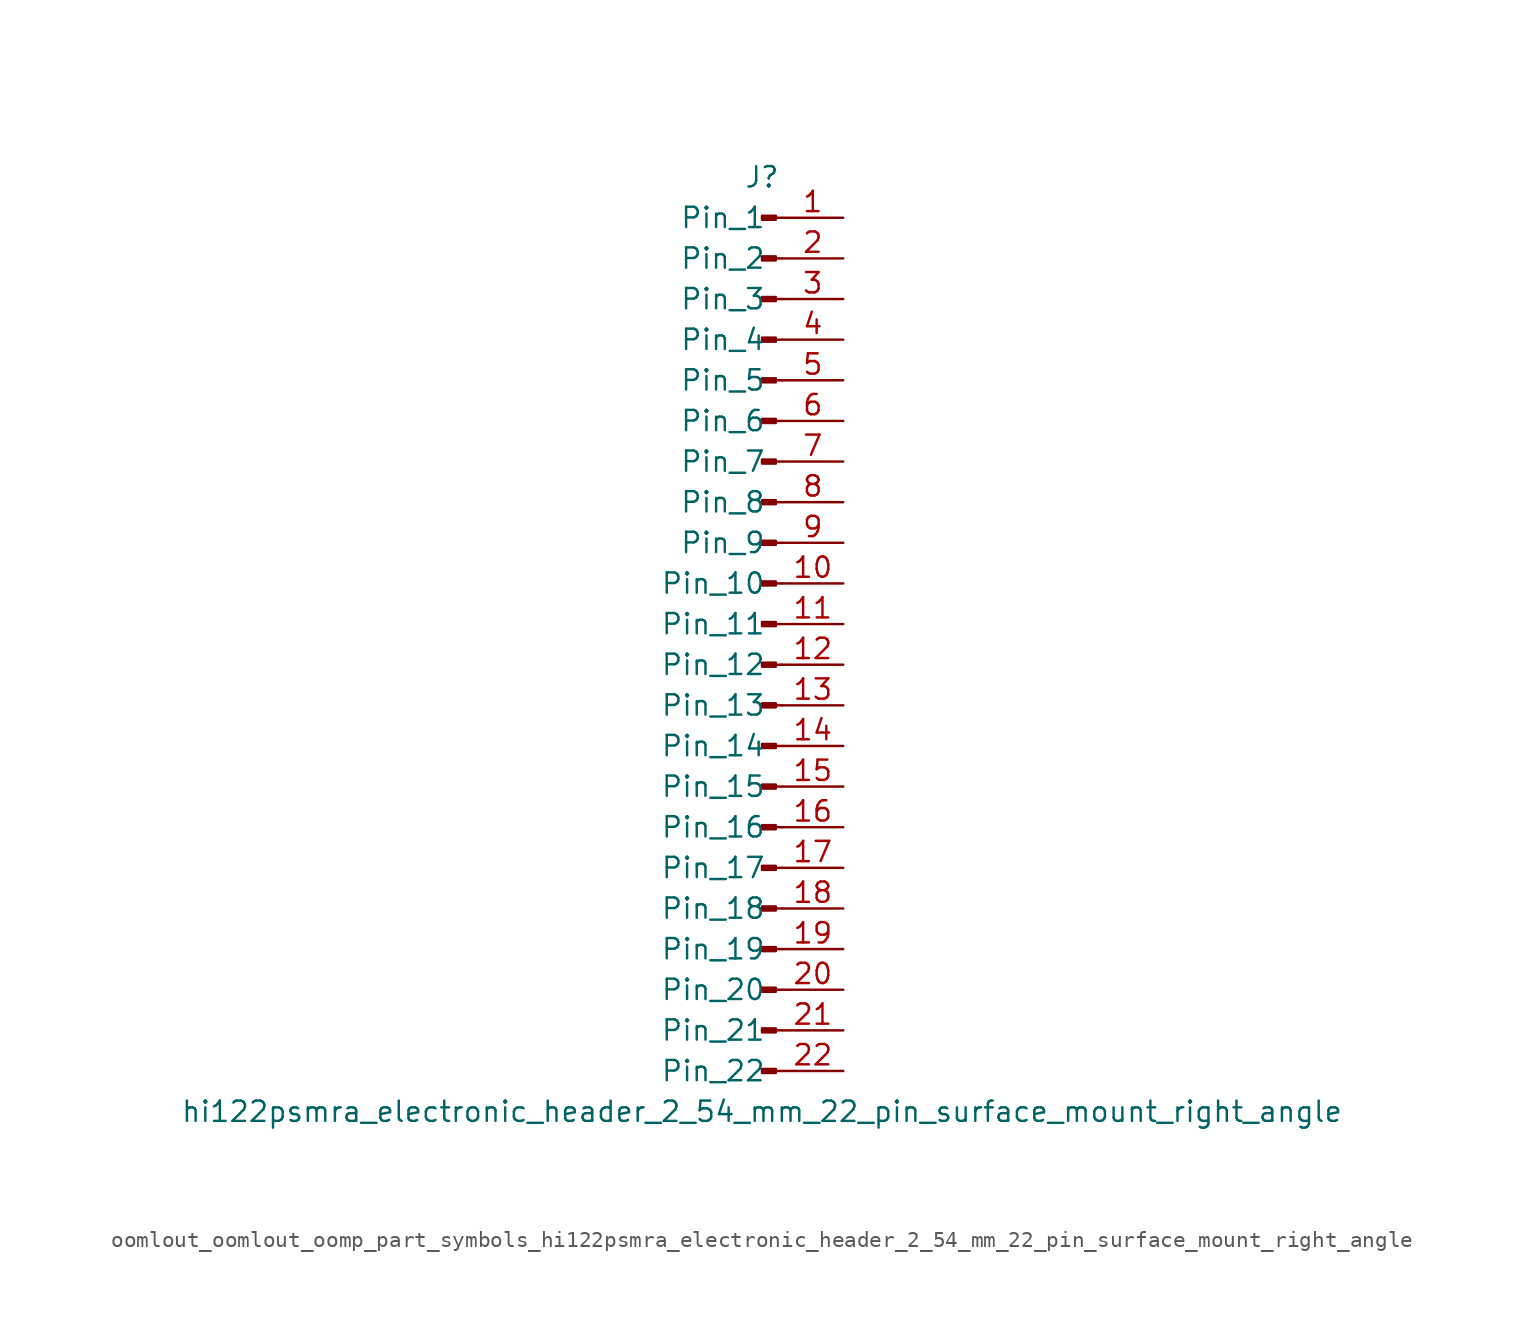
<source format=kicad_sym>
(kicad_symbol_lib
  (version 20220914)
  (generator kicad_symbol_editor)
  (symbol "oomlout_oomlout_oomp_part_symbols_hi122psmra_electronic_header_2_54_mm_22_pin_surface_mount_right_angle"
    (pin_names
      (offset 1.016))
    (property "Reference" "J"
      (at 0 27.94 0)
      (effects (font (size 1.27 1.27))))
    (property "Value" "hi122psmra_electronic_header_2_54_mm_22_pin_surface_mount_right_angle"
      (at 0 -30.48 0)
      (effects (font (size 1.27 1.27))))
    (property "ki_locked" ""
      (at 0 0 0)
      (effects (font (size 1.27 1.27))))
    (symbol "oomlout_oomlout_oomp_part_symbols_hi122psmra_electronic_header_2_54_mm_22_pin_surface_mount_right_angle_1_1"
      (polyline (pts (xy 1.27 -27.94) (xy 0.864 -27.94)) (stroke (width 0.152) (type default)) (fill (type none)))
      (polyline (pts (xy 1.27 -25.4) (xy 0.864 -25.4)) (stroke (width 0.152) (type default)) (fill (type none)))
      (polyline (pts (xy 1.27 -22.86) (xy 0.864 -22.86)) (stroke (width 0.152) (type default)) (fill (type none)))
      (polyline (pts (xy 1.27 -20.32) (xy 0.864 -20.32)) (stroke (width 0.152) (type default)) (fill (type none)))
      (polyline (pts (xy 1.27 -17.78) (xy 0.864 -17.78)) (stroke (width 0.152) (type default)) (fill (type none)))
      (polyline (pts (xy 1.27 -15.24) (xy 0.864 -15.24)) (stroke (width 0.152) (type default)) (fill (type none)))
      (polyline (pts (xy 1.27 -12.7) (xy 0.864 -12.7)) (stroke (width 0.152) (type default)) (fill (type none)))
      (polyline (pts (xy 1.27 -10.16) (xy 0.864 -10.16)) (stroke (width 0.152) (type default)) (fill (type none)))
      (polyline (pts (xy 1.27 -7.62) (xy 0.864 -7.62)) (stroke (width 0.152) (type default)) (fill (type none)))
      (polyline (pts (xy 1.27 -5.08) (xy 0.864 -5.08)) (stroke (width 0.152) (type default)) (fill (type none)))
      (polyline (pts (xy 1.27 -2.54) (xy 0.864 -2.54)) (stroke (width 0.152) (type default)) (fill (type none)))
      (polyline (pts (xy 1.27 0) (xy 0.864 0)) (stroke (width 0.152) (type default)) (fill (type none)))
      (polyline (pts (xy 1.27 2.54) (xy 0.864 2.54)) (stroke (width 0.152) (type default)) (fill (type none)))
      (polyline (pts (xy 1.27 5.08) (xy 0.864 5.08)) (stroke (width 0.152) (type default)) (fill (type none)))
      (polyline (pts (xy 1.27 7.62) (xy 0.864 7.62)) (stroke (width 0.152) (type default)) (fill (type none)))
      (polyline (pts (xy 1.27 10.16) (xy 0.864 10.16)) (stroke (width 0.152) (type default)) (fill (type none)))
      (polyline (pts (xy 1.27 12.7) (xy 0.864 12.7)) (stroke (width 0.152) (type default)) (fill (type none)))
      (polyline (pts (xy 1.27 15.24) (xy 0.864 15.24)) (stroke (width 0.152) (type default)) (fill (type none)))
      (polyline (pts (xy 1.27 17.78) (xy 0.864 17.78)) (stroke (width 0.152) (type default)) (fill (type none)))
      (polyline (pts (xy 1.27 20.32) (xy 0.864 20.32)) (stroke (width 0.152) (type default)) (fill (type none)))
      (polyline (pts (xy 1.27 22.86) (xy 0.864 22.86)) (stroke (width 0.152) (type default)) (fill (type none)))
      (polyline (pts (xy 1.27 25.4) (xy 0.864 25.4)) (stroke (width 0.152) (type default)) (fill (type none)))
      (rectangle (start 0.864 -27.813) (end 0 -28.067) (stroke (width 0.152) (type default)) (fill (type outline)))
      (rectangle (start 0.864 -25.273) (end 0 -25.527) (stroke (width 0.152) (type default)) (fill (type outline)))
      (rectangle (start 0.864 -22.733) (end 0 -22.987) (stroke (width 0.152) (type default)) (fill (type outline)))
      (rectangle (start 0.864 -20.193) (end 0 -20.447) (stroke (width 0.152) (type default)) (fill (type outline)))
      (rectangle (start 0.864 -17.653) (end 0 -17.907) (stroke (width 0.152) (type default)) (fill (type outline)))
      (rectangle (start 0.864 -15.113) (end 0 -15.367) (stroke (width 0.152) (type default)) (fill (type outline)))
      (rectangle (start 0.864 -12.573) (end 0 -12.827) (stroke (width 0.152) (type default)) (fill (type outline)))
      (rectangle (start 0.864 -10.033) (end 0 -10.287) (stroke (width 0.152) (type default)) (fill (type outline)))
      (rectangle (start 0.864 -7.493) (end 0 -7.747) (stroke (width 0.152) (type default)) (fill (type outline)))
      (rectangle (start 0.864 -4.953) (end 0 -5.207) (stroke (width 0.152) (type default)) (fill (type outline)))
      (rectangle (start 0.864 -2.413) (end 0 -2.667) (stroke (width 0.152) (type default)) (fill (type outline)))
      (rectangle (start 0.864 0.127) (end 0 -0.127) (stroke (width 0.152) (type default)) (fill (type outline)))
      (rectangle (start 0.864 2.667) (end 0 2.413) (stroke (width 0.152) (type default)) (fill (type outline)))
      (rectangle (start 0.864 5.207) (end 0 4.953) (stroke (width 0.152) (type default)) (fill (type outline)))
      (rectangle (start 0.864 7.747) (end 0 7.493) (stroke (width 0.152) (type default)) (fill (type outline)))
      (rectangle (start 0.864 10.287) (end 0 10.033) (stroke (width 0.152) (type default)) (fill (type outline)))
      (rectangle (start 0.864 12.827) (end 0 12.573) (stroke (width 0.152) (type default)) (fill (type outline)))
      (rectangle (start 0.864 15.367) (end 0 15.113) (stroke (width 0.152) (type default)) (fill (type outline)))
      (rectangle (start 0.864 17.907) (end 0 17.653) (stroke (width 0.152) (type default)) (fill (type outline)))
      (rectangle (start 0.864 20.447) (end 0 20.193) (stroke (width 0.152) (type default)) (fill (type outline)))
      (rectangle (start 0.864 22.987) (end 0 22.733) (stroke (width 0.152) (type default)) (fill (type outline)))
      (rectangle (start 0.864 25.527) (end 0 25.273) (stroke (width 0.152) (type default)) (fill (type outline)))
      (pin passive line (at 5.08 25.4 180) (length 3.81) (name "Pin_1" (effects (font (size 1.27 1.27)))) (number "1" (effects (font (size 1.27 1.27)))))
      (pin passive line (at 5.08 2.54 180) (length 3.81) (name "Pin_10" (effects (font (size 1.27 1.27)))) (number "10" (effects (font (size 1.27 1.27)))))
      (pin passive line (at 5.08 0 180) (length 3.81) (name "Pin_11" (effects (font (size 1.27 1.27)))) (number "11" (effects (font (size 1.27 1.27)))))
      (pin passive line (at 5.08 -2.54 180) (length 3.81) (name "Pin_12" (effects (font (size 1.27 1.27)))) (number "12" (effects (font (size 1.27 1.27)))))
      (pin passive line (at 5.08 -5.08 180) (length 3.81) (name "Pin_13" (effects (font (size 1.27 1.27)))) (number "13" (effects (font (size 1.27 1.27)))))
      (pin passive line (at 5.08 -7.62 180) (length 3.81) (name "Pin_14" (effects (font (size 1.27 1.27)))) (number "14" (effects (font (size 1.27 1.27)))))
      (pin passive line (at 5.08 -10.16 180) (length 3.81) (name "Pin_15" (effects (font (size 1.27 1.27)))) (number "15" (effects (font (size 1.27 1.27)))))
      (pin passive line (at 5.08 -12.7 180) (length 3.81) (name "Pin_16" (effects (font (size 1.27 1.27)))) (number "16" (effects (font (size 1.27 1.27)))))
      (pin passive line (at 5.08 -15.24 180) (length 3.81) (name "Pin_17" (effects (font (size 1.27 1.27)))) (number "17" (effects (font (size 1.27 1.27)))))
      (pin passive line (at 5.08 -17.78 180) (length 3.81) (name "Pin_18" (effects (font (size 1.27 1.27)))) (number "18" (effects (font (size 1.27 1.27)))))
      (pin passive line (at 5.08 -20.32 180) (length 3.81) (name "Pin_19" (effects (font (size 1.27 1.27)))) (number "19" (effects (font (size 1.27 1.27)))))
      (pin passive line (at 5.08 22.86 180) (length 3.81) (name "Pin_2" (effects (font (size 1.27 1.27)))) (number "2" (effects (font (size 1.27 1.27)))))
      (pin passive line (at 5.08 -22.86 180) (length 3.81) (name "Pin_20" (effects (font (size 1.27 1.27)))) (number "20" (effects (font (size 1.27 1.27)))))
      (pin passive line (at 5.08 -25.4 180) (length 3.81) (name "Pin_21" (effects (font (size 1.27 1.27)))) (number "21" (effects (font (size 1.27 1.27)))))
      (pin passive line (at 5.08 -27.94 180) (length 3.81) (name "Pin_22" (effects (font (size 1.27 1.27)))) (number "22" (effects (font (size 1.27 1.27)))))
      (pin passive line (at 5.08 20.32 180) (length 3.81) (name "Pin_3" (effects (font (size 1.27 1.27)))) (number "3" (effects (font (size 1.27 1.27)))))
      (pin passive line (at 5.08 17.78 180) (length 3.81) (name "Pin_4" (effects (font (size 1.27 1.27)))) (number "4" (effects (font (size 1.27 1.27)))))
      (pin passive line (at 5.08 15.24 180) (length 3.81) (name "Pin_5" (effects (font (size 1.27 1.27)))) (number "5" (effects (font (size 1.27 1.27)))))
      (pin passive line (at 5.08 12.7 180) (length 3.81) (name "Pin_6" (effects (font (size 1.27 1.27)))) (number "6" (effects (font (size 1.27 1.27)))))
      (pin passive line (at 5.08 10.16 180) (length 3.81) (name "Pin_7" (effects (font (size 1.27 1.27)))) (number "7" (effects (font (size 1.27 1.27)))))
      (pin passive line (at 5.08 7.62 180) (length 3.81) (name "Pin_8" (effects (font (size 1.27 1.27)))) (number "8" (effects (font (size 1.27 1.27)))))
      (pin passive line (at 5.08 5.08 180) (length 3.81) (name "Pin_9" (effects (font (size 1.27 1.27)))) (number "9" (effects (font (size 1.27 1.27))))))))
</source>
